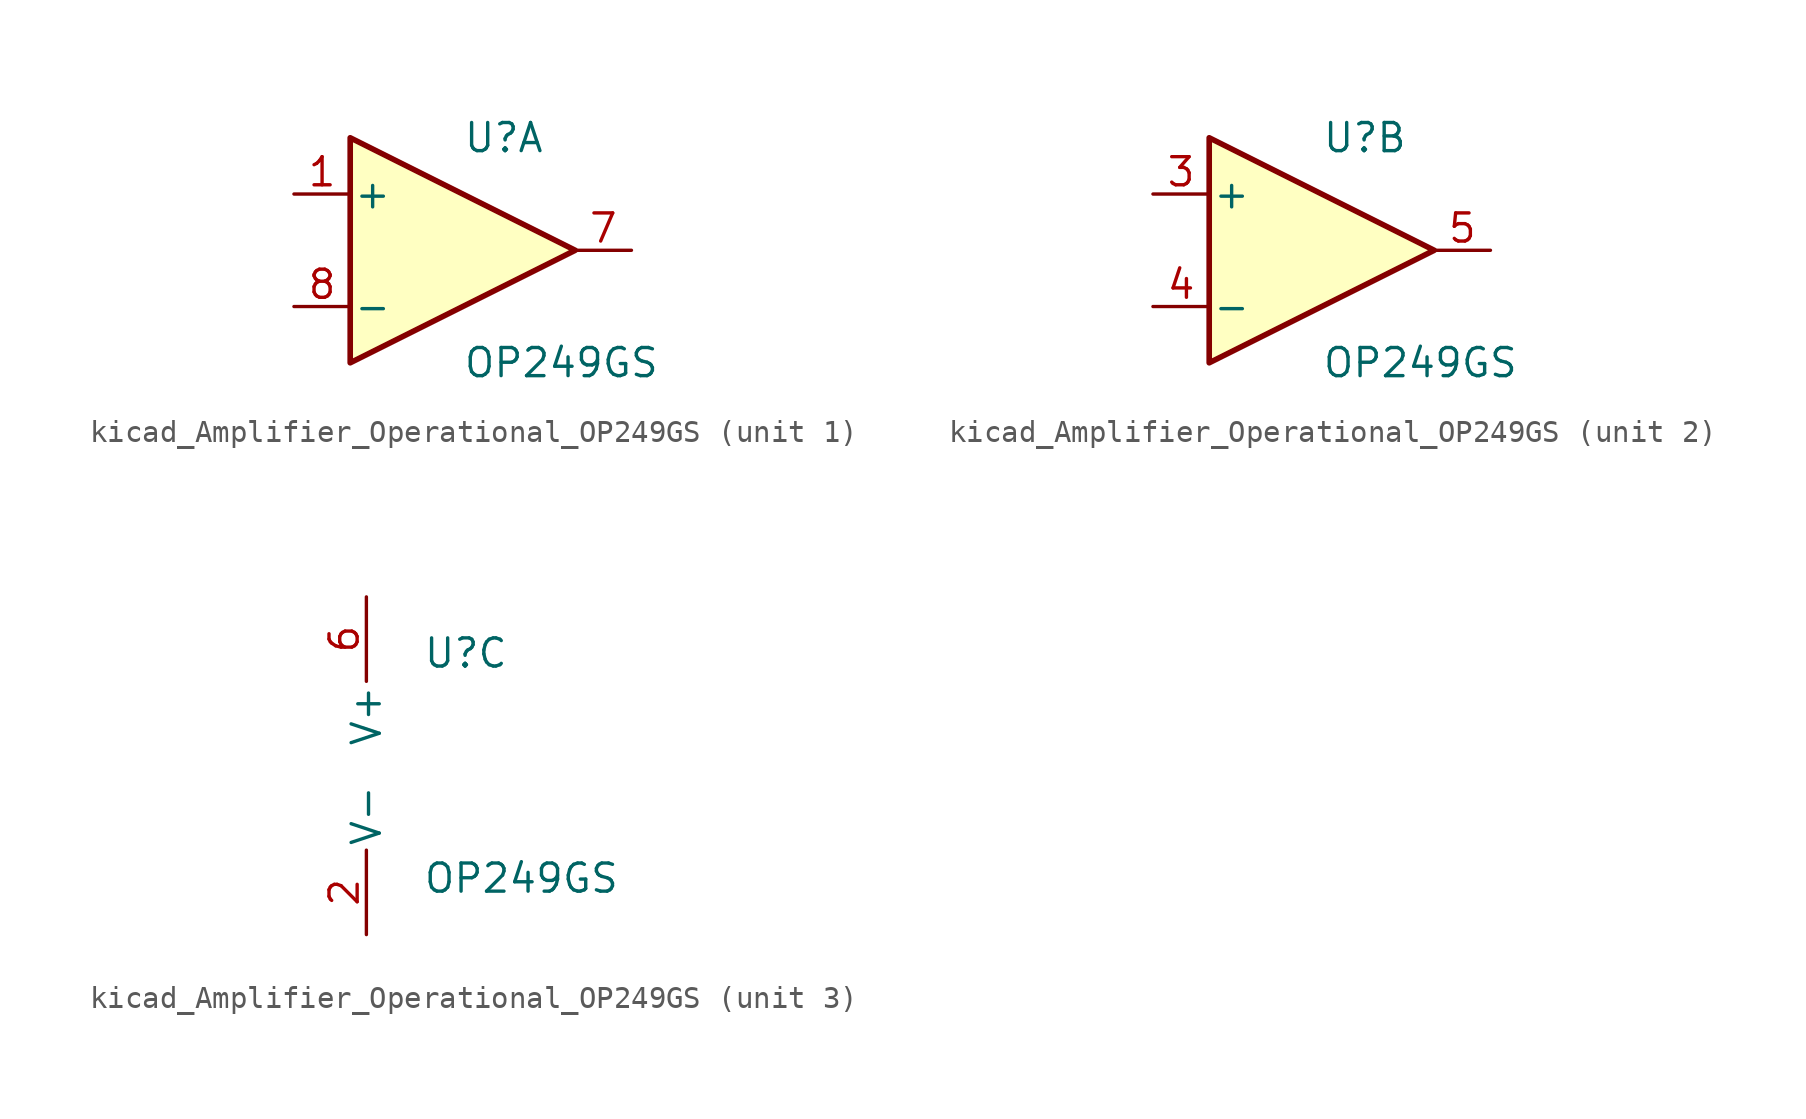
<source format=kicad_sym>
(kicad_symbol_lib
  (version 20220914)
  (generator kicad_symbol_editor)
  (symbol "kicad_Amplifier_Operational_OP249GS"
    (pin_names
      (offset 0.127))
    (property "Reference" "U"
      (at 0 5.08 0)
      (effects (font (size 1.27 1.27)) (justify left)))
    (property "Value" "OP249GS"
      (at 0 -5.08 0)
      (effects (font (size 1.27 1.27)) (justify left)))
    (property "ki_locked" ""
      (at 0 0 0)
      (effects (font (size 1.27 1.27))))
    (symbol "kicad_Amplifier_Operational_OP249GS_1_1"
      (polyline (pts (xy -5.08 5.08) (xy 5.08 0) (xy -5.08 -5.08) (xy -5.08 5.08)) (stroke (width 0.254) (type default)) (fill (type background)))
      (pin input line (at -7.62 2.54 0) (length 2.54) (name "+" (effects (font (size 1.27 1.27)))) (number "1" (effects (font (size 1.27 1.27)))))
      (pin output line (at 7.62 0 180) (length 2.54) (name "~" (effects (font (size 1.27 1.27)))) (number "7" (effects (font (size 1.27 1.27)))))
      (pin input line (at -7.62 -2.54 0) (length 2.54) (name "-" (effects (font (size 1.27 1.27)))) (number "8" (effects (font (size 1.27 1.27))))))
    (symbol "kicad_Amplifier_Operational_OP249GS_2_1"
      (polyline (pts (xy -5.08 5.08) (xy 5.08 0) (xy -5.08 -5.08) (xy -5.08 5.08)) (stroke (width 0.254) (type default)) (fill (type background)))
      (pin input line (at -7.62 2.54 0) (length 2.54) (name "+" (effects (font (size 1.27 1.27)))) (number "3" (effects (font (size 1.27 1.27)))))
      (pin input line (at -7.62 -2.54 0) (length 2.54) (name "-" (effects (font (size 1.27 1.27)))) (number "4" (effects (font (size 1.27 1.27)))))
      (pin output line (at 7.62 0 180) (length 2.54) (name "~" (effects (font (size 1.27 1.27)))) (number "5" (effects (font (size 1.27 1.27))))))
    (symbol "kicad_Amplifier_Operational_OP249GS_3_1"
      (pin power_in line (at -2.54 -7.62 90) (length 3.81) (name "V-" (effects (font (size 1.27 1.27)))) (number "2" (effects (font (size 1.27 1.27)))))
      (pin power_in line (at -2.54 7.62 270) (length 3.81) (name "V+" (effects (font (size 1.27 1.27)))) (number "6" (effects (font (size 1.27 1.27))))))))
</source>
